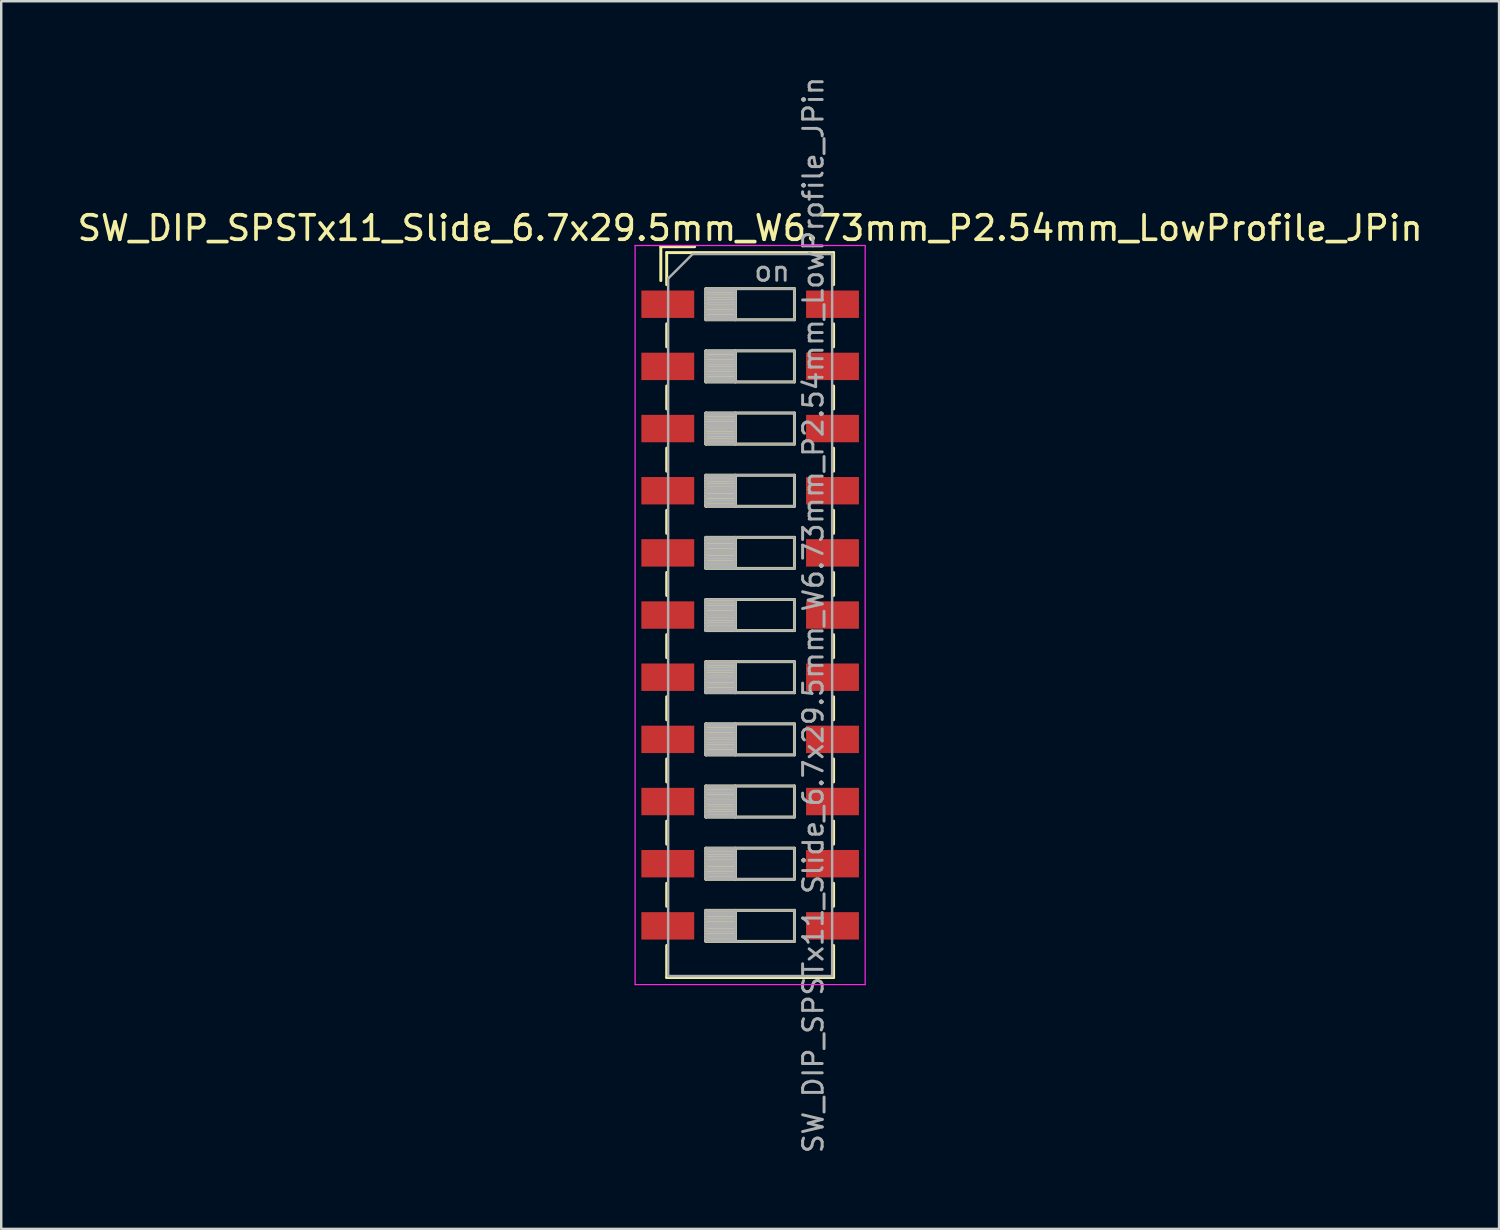
<source format=kicad_pcb>
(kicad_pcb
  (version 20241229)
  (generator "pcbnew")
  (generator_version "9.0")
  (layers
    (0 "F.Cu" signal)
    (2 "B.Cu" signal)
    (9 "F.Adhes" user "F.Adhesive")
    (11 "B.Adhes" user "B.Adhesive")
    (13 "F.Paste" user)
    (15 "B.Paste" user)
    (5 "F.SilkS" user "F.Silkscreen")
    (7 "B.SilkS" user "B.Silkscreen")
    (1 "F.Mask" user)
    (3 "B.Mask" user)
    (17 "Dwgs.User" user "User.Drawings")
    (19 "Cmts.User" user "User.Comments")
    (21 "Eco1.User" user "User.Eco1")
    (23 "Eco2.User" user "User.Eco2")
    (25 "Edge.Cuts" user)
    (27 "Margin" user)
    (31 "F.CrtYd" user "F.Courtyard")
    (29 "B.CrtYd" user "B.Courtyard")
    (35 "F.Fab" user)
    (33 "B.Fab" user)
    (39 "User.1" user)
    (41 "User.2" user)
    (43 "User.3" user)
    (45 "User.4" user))
  (footprint "SW_DIP_SPSTx11_Slide_6.7x29.5mm_W6.73mm_P2.54mm_LowProfile_JPin"
    (layer "F.Cu")
    (at 27.601 22.081)
    (property "Reference" "SW_DIP_SPSTx11_Slide_6.7x29.5mm_W6.73mm_P2.54mm_LowProfile_JPin" (at 0 -15.81 0) (layer "F.SilkS") (effects (font (size 1 1) (thickness 0.15))))
    (attr smd)
    (fp_line (start -3.65 -15.05) (end -3.65 -13.667) (stroke (width 0.12) (type solid)) (layer "F.SilkS"))
    (fp_line (start -3.65 -15.05) (end -2.267 -15.05) (stroke (width 0.12) (type solid)) (layer "F.SilkS"))
    (fp_line (start -3.41 -14.81) (end -3.41 -13.5) (stroke (width 0.12) (type solid)) (layer "F.SilkS"))
    (fp_line (start -3.41 -14.81) (end 3.41 -14.81) (stroke (width 0.12) (type solid)) (layer "F.SilkS"))
    (fp_line (start -3.41 -11.9) (end -3.41 -10.96) (stroke (width 0.12) (type solid)) (layer "F.SilkS"))
    (fp_line (start -3.41 -9.36) (end -3.41 -8.42) (stroke (width 0.12) (type solid)) (layer "F.SilkS"))
    (fp_line (start -3.41 -6.82) (end -3.41 -5.88) (stroke (width 0.12) (type solid)) (layer "F.SilkS"))
    (fp_line (start -3.41 -4.28) (end -3.41 -3.34) (stroke (width 0.12) (type solid)) (layer "F.SilkS"))
    (fp_line (start -3.41 -1.74) (end -3.41 -0.8) (stroke (width 0.12) (type solid)) (layer "F.SilkS"))
    (fp_line (start -3.41 0.8) (end -3.41 1.74) (stroke (width 0.12) (type solid)) (layer "F.SilkS"))
    (fp_line (start -3.41 3.34) (end -3.41 4.28) (stroke (width 0.12) (type solid)) (layer "F.SilkS"))
    (fp_line (start -3.41 5.88) (end -3.41 6.82) (stroke (width 0.12) (type solid)) (layer "F.SilkS"))
    (fp_line (start -3.41 8.42) (end -3.41 9.36) (stroke (width 0.12) (type solid)) (layer "F.SilkS"))
    (fp_line (start -3.41 10.96) (end -3.41 11.9) (stroke (width 0.12) (type solid)) (layer "F.SilkS"))
    (fp_line (start -3.41 13.5) (end -3.41 14.81) (stroke (width 0.12) (type solid)) (layer "F.SilkS"))
    (fp_line (start -3.41 14.81) (end 3.41 14.81) (stroke (width 0.12) (type solid)) (layer "F.SilkS"))
    (fp_line (start -1.81 -13.335) (end -1.81 -12.065) (stroke (width 0.12) (type solid)) (layer "F.SilkS"))
    (fp_line (start -1.81 -13.215) (end -0.603 -13.215) (stroke (width 0.12) (type solid)) (layer "F.SilkS"))
    (fp_line (start -1.81 -13.095) (end -0.603 -13.095) (stroke (width 0.12) (type solid)) (layer "F.SilkS"))
    (fp_line (start -1.81 -12.975) (end -0.603 -12.975) (stroke (width 0.12) (type solid)) (layer "F.SilkS"))
    (fp_line (start -1.81 -12.855) (end -0.603 -12.855) (stroke (width 0.12) (type solid)) (layer "F.SilkS"))
    (fp_line (start -1.81 -12.735) (end -0.603 -12.735) (stroke (width 0.12) (type solid)) (layer "F.SilkS"))
    (fp_line (start -1.81 -12.615) (end -0.603 -12.615) (stroke (width 0.12) (type solid)) (layer "F.SilkS"))
    (fp_line (start -1.81 -12.495) (end -0.603 -12.495) (stroke (width 0.12) (type solid)) (layer "F.SilkS"))
    (fp_line (start -1.81 -12.375) (end -0.603 -12.375) (stroke (width 0.12) (type solid)) (layer "F.SilkS"))
    (fp_line (start -1.81 -12.255) (end -0.603 -12.255) (stroke (width 0.12) (type solid)) (layer "F.SilkS"))
    (fp_line (start -1.81 -12.135) (end -0.603 -12.135) (stroke (width 0.12) (type solid)) (layer "F.SilkS"))
    (fp_line (start -1.81 -12.065) (end 1.81 -12.065) (stroke (width 0.12) (type solid)) (layer "F.SilkS"))
    (fp_line (start -1.81 -10.795) (end -1.81 -9.525) (stroke (width 0.12) (type solid)) (layer "F.SilkS"))
    (fp_line (start -1.81 -10.675) (end -0.603 -10.675) (stroke (width 0.12) (type solid)) (layer "F.SilkS"))
    (fp_line (start -1.81 -10.555) (end -0.603 -10.555) (stroke (width 0.12) (type solid)) (layer "F.SilkS"))
    (fp_line (start -1.81 -10.435) (end -0.603 -10.435) (stroke (width 0.12) (type solid)) (layer "F.SilkS"))
    (fp_line (start -1.81 -10.315) (end -0.603 -10.315) (stroke (width 0.12) (type solid)) (layer "F.SilkS"))
    (fp_line (start -1.81 -10.195) (end -0.603 -10.195) (stroke (width 0.12) (type solid)) (layer "F.SilkS"))
    (fp_line (start -1.81 -10.075) (end -0.603 -10.075) (stroke (width 0.12) (type solid)) (layer "F.SilkS"))
    (fp_line (start -1.81 -9.955) (end -0.603 -9.955) (stroke (width 0.12) (type solid)) (layer "F.SilkS"))
    (fp_line (start -1.81 -9.835) (end -0.603 -9.835) (stroke (width 0.12) (type solid)) (layer "F.SilkS"))
    (fp_line (start -1.81 -9.715) (end -0.603 -9.715) (stroke (width 0.12) (type solid)) (layer "F.SilkS"))
    (fp_line (start -1.81 -9.595) (end -0.603 -9.595) (stroke (width 0.12) (type solid)) (layer "F.SilkS"))
    (fp_line (start -1.81 -9.525) (end 1.81 -9.525) (stroke (width 0.12) (type solid)) (layer "F.SilkS"))
    (fp_line (start -1.81 -8.255) (end -1.81 -6.985) (stroke (width 0.12) (type solid)) (layer "F.SilkS"))
    (fp_line (start -1.81 -8.135) (end -0.603 -8.135) (stroke (width 0.12) (type solid)) (layer "F.SilkS"))
    (fp_line (start -1.81 -8.015) (end -0.603 -8.015) (stroke (width 0.12) (type solid)) (layer "F.SilkS"))
    (fp_line (start -1.81 -7.895) (end -0.603 -7.895) (stroke (width 0.12) (type solid)) (layer "F.SilkS"))
    (fp_line (start -1.81 -7.775) (end -0.603 -7.775) (stroke (width 0.12) (type solid)) (layer "F.SilkS"))
    (fp_line (start -1.81 -7.655) (end -0.603 -7.655) (stroke (width 0.12) (type solid)) (layer "F.SilkS"))
    (fp_line (start -1.81 -7.535) (end -0.603 -7.535) (stroke (width 0.12) (type solid)) (layer "F.SilkS"))
    (fp_line (start -1.81 -7.415) (end -0.603 -7.415) (stroke (width 0.12) (type solid)) (layer "F.SilkS"))
    (fp_line (start -1.81 -7.295) (end -0.603 -7.295) (stroke (width 0.12) (type solid)) (layer "F.SilkS"))
    (fp_line (start -1.81 -7.175) (end -0.603 -7.175) (stroke (width 0.12) (type solid)) (layer "F.SilkS"))
    (fp_line (start -1.81 -7.055) (end -0.603 -7.055) (stroke (width 0.12) (type solid)) (layer "F.SilkS"))
    (fp_line (start -1.81 -6.985) (end 1.81 -6.985) (stroke (width 0.12) (type solid)) (layer "F.SilkS"))
    (fp_line (start -1.81 -5.715) (end -1.81 -4.445) (stroke (width 0.12) (type solid)) (layer "F.SilkS"))
    (fp_line (start -1.81 -5.595) (end -0.603 -5.595) (stroke (width 0.12) (type solid)) (layer "F.SilkS"))
    (fp_line (start -1.81 -5.475) (end -0.603 -5.475) (stroke (width 0.12) (type solid)) (layer "F.SilkS"))
    (fp_line (start -1.81 -5.355) (end -0.603 -5.355) (stroke (width 0.12) (type solid)) (layer "F.SilkS"))
    (fp_line (start -1.81 -5.235) (end -0.603 -5.235) (stroke (width 0.12) (type solid)) (layer "F.SilkS"))
    (fp_line (start -1.81 -5.115) (end -0.603 -5.115) (stroke (width 0.12) (type solid)) (layer "F.SilkS"))
    (fp_line (start -1.81 -4.995) (end -0.603 -4.995) (stroke (width 0.12) (type solid)) (layer "F.SilkS"))
    (fp_line (start -1.81 -4.875) (end -0.603 -4.875) (stroke (width 0.12) (type solid)) (layer "F.SilkS"))
    (fp_line (start -1.81 -4.755) (end -0.603 -4.755) (stroke (width 0.12) (type solid)) (layer "F.SilkS"))
    (fp_line (start -1.81 -4.635) (end -0.603 -4.635) (stroke (width 0.12) (type solid)) (layer "F.SilkS"))
    (fp_line (start -1.81 -4.515) (end -0.603 -4.515) (stroke (width 0.12) (type solid)) (layer "F.SilkS"))
    (fp_line (start -1.81 -4.445) (end 1.81 -4.445) (stroke (width 0.12) (type solid)) (layer "F.SilkS"))
    (fp_line (start -1.81 -3.175) (end -1.81 -1.905) (stroke (width 0.12) (type solid)) (layer "F.SilkS"))
    (fp_line (start -1.81 -3.055) (end -0.603 -3.055) (stroke (width 0.12) (type solid)) (layer "F.SilkS"))
    (fp_line (start -1.81 -2.935) (end -0.603 -2.935) (stroke (width 0.12) (type solid)) (layer "F.SilkS"))
    (fp_line (start -1.81 -2.815) (end -0.603 -2.815) (stroke (width 0.12) (type solid)) (layer "F.SilkS"))
    (fp_line (start -1.81 -2.695) (end -0.603 -2.695) (stroke (width 0.12) (type solid)) (layer "F.SilkS"))
    (fp_line (start -1.81 -2.575) (end -0.603 -2.575) (stroke (width 0.12) (type solid)) (layer "F.SilkS"))
    (fp_line (start -1.81 -2.455) (end -0.603 -2.455) (stroke (width 0.12) (type solid)) (layer "F.SilkS"))
    (fp_line (start -1.81 -2.335) (end -0.603 -2.335) (stroke (width 0.12) (type solid)) (layer "F.SilkS"))
    (fp_line (start -1.81 -2.215) (end -0.603 -2.215) (stroke (width 0.12) (type solid)) (layer "F.SilkS"))
    (fp_line (start -1.81 -2.095) (end -0.603 -2.095) (stroke (width 0.12) (type solid)) (layer "F.SilkS"))
    (fp_line (start -1.81 -1.975) (end -0.603 -1.975) (stroke (width 0.12) (type solid)) (layer "F.SilkS"))
    (fp_line (start -1.81 -1.905) (end 1.81 -1.905) (stroke (width 0.12) (type solid)) (layer "F.SilkS"))
    (fp_line (start -1.81 -0.635) (end -1.81 0.635) (stroke (width 0.12) (type solid)) (layer "F.SilkS"))
    (fp_line (start -1.81 -0.515) (end -0.603 -0.515) (stroke (width 0.12) (type solid)) (layer "F.SilkS"))
    (fp_line (start -1.81 -0.395) (end -0.603 -0.395) (stroke (width 0.12) (type solid)) (layer "F.SilkS"))
    (fp_line (start -1.81 -0.275) (end -0.603 -0.275) (stroke (width 0.12) (type solid)) (layer "F.SilkS"))
    (fp_line (start -1.81 -0.155) (end -0.603 -0.155) (stroke (width 0.12) (type solid)) (layer "F.SilkS"))
    (fp_line (start -1.81 -0.035) (end -0.603 -0.035) (stroke (width 0.12) (type solid)) (layer "F.SilkS"))
    (fp_line (start -1.81 0.085) (end -0.603 0.085) (stroke (width 0.12) (type solid)) (layer "F.SilkS"))
    (fp_line (start -1.81 0.205) (end -0.603 0.205) (stroke (width 0.12) (type solid)) (layer "F.SilkS"))
    (fp_line (start -1.81 0.325) (end -0.603 0.325) (stroke (width 0.12) (type solid)) (layer "F.SilkS"))
    (fp_line (start -1.81 0.445) (end -0.603 0.445) (stroke (width 0.12) (type solid)) (layer "F.SilkS"))
    (fp_line (start -1.81 0.565) (end -0.603 0.565) (stroke (width 0.12) (type solid)) (layer "F.SilkS"))
    (fp_line (start -1.81 0.635) (end 1.81 0.635) (stroke (width 0.12) (type solid)) (layer "F.SilkS"))
    (fp_line (start -1.81 1.905) (end -1.81 3.175) (stroke (width 0.12) (type solid)) (layer "F.SilkS"))
    (fp_line (start -1.81 2.025) (end -0.603 2.025) (stroke (width 0.12) (type solid)) (layer "F.SilkS"))
    (fp_line (start -1.81 2.145) (end -0.603 2.145) (stroke (width 0.12) (type solid)) (layer "F.SilkS"))
    (fp_line (start -1.81 2.265) (end -0.603 2.265) (stroke (width 0.12) (type solid)) (layer "F.SilkS"))
    (fp_line (start -1.81 2.385) (end -0.603 2.385) (stroke (width 0.12) (type solid)) (layer "F.SilkS"))
    (fp_line (start -1.81 2.505) (end -0.603 2.505) (stroke (width 0.12) (type solid)) (layer "F.SilkS"))
    (fp_line (start -1.81 2.625) (end -0.603 2.625) (stroke (width 0.12) (type solid)) (layer "F.SilkS"))
    (fp_line (start -1.81 2.745) (end -0.603 2.745) (stroke (width 0.12) (type solid)) (layer "F.SilkS"))
    (fp_line (start -1.81 2.865) (end -0.603 2.865) (stroke (width 0.12) (type solid)) (layer "F.SilkS"))
    (fp_line (start -1.81 2.985) (end -0.603 2.985) (stroke (width 0.12) (type solid)) (layer "F.SilkS"))
    (fp_line (start -1.81 3.105) (end -0.603 3.105) (stroke (width 0.12) (type solid)) (layer "F.SilkS"))
    (fp_line (start -1.81 3.175) (end 1.81 3.175) (stroke (width 0.12) (type solid)) (layer "F.SilkS"))
    (fp_line (start -1.81 4.445) (end -1.81 5.715) (stroke (width 0.12) (type solid)) (layer "F.SilkS"))
    (fp_line (start -1.81 4.565) (end -0.603 4.565) (stroke (width 0.12) (type solid)) (layer "F.SilkS"))
    (fp_line (start -1.81 4.685) (end -0.603 4.685) (stroke (width 0.12) (type solid)) (layer "F.SilkS"))
    (fp_line (start -1.81 4.805) (end -0.603 4.805) (stroke (width 0.12) (type solid)) (layer "F.SilkS"))
    (fp_line (start -1.81 4.925) (end -0.603 4.925) (stroke (width 0.12) (type solid)) (layer "F.SilkS"))
    (fp_line (start -1.81 5.045) (end -0.603 5.045) (stroke (width 0.12) (type solid)) (layer "F.SilkS"))
    (fp_line (start -1.81 5.165) (end -0.603 5.165) (stroke (width 0.12) (type solid)) (layer "F.SilkS"))
    (fp_line (start -1.81 5.285) (end -0.603 5.285) (stroke (width 0.12) (type solid)) (layer "F.SilkS"))
    (fp_line (start -1.81 5.405) (end -0.603 5.405) (stroke (width 0.12) (type solid)) (layer "F.SilkS"))
    (fp_line (start -1.81 5.525) (end -0.603 5.525) (stroke (width 0.12) (type solid)) (layer "F.SilkS"))
    (fp_line (start -1.81 5.645) (end -0.603 5.645) (stroke (width 0.12) (type solid)) (layer "F.SilkS"))
    (fp_line (start -1.81 5.715) (end 1.81 5.715) (stroke (width 0.12) (type solid)) (layer "F.SilkS"))
    (fp_line (start -1.81 6.985) (end -1.81 8.255) (stroke (width 0.12) (type solid)) (layer "F.SilkS"))
    (fp_line (start -1.81 7.105) (end -0.603 7.105) (stroke (width 0.12) (type solid)) (layer "F.SilkS"))
    (fp_line (start -1.81 7.225) (end -0.603 7.225) (stroke (width 0.12) (type solid)) (layer "F.SilkS"))
    (fp_line (start -1.81 7.345) (end -0.603 7.345) (stroke (width 0.12) (type solid)) (layer "F.SilkS"))
    (fp_line (start -1.81 7.465) (end -0.603 7.465) (stroke (width 0.12) (type solid)) (layer "F.SilkS"))
    (fp_line (start -1.81 7.585) (end -0.603 7.585) (stroke (width 0.12) (type solid)) (layer "F.SilkS"))
    (fp_line (start -1.81 7.705) (end -0.603 7.705) (stroke (width 0.12) (type solid)) (layer "F.SilkS"))
    (fp_line (start -1.81 7.825) (end -0.603 7.825) (stroke (width 0.12) (type solid)) (layer "F.SilkS"))
    (fp_line (start -1.81 7.945) (end -0.603 7.945) (stroke (width 0.12) (type solid)) (layer "F.SilkS"))
    (fp_line (start -1.81 8.065) (end -0.603 8.065) (stroke (width 0.12) (type solid)) (layer "F.SilkS"))
    (fp_line (start -1.81 8.185) (end -0.603 8.185) (stroke (width 0.12) (type solid)) (layer "F.SilkS"))
    (fp_line (start -1.81 8.255) (end 1.81 8.255) (stroke (width 0.12) (type solid)) (layer "F.SilkS"))
    (fp_line (start -1.81 9.525) (end -1.81 10.795) (stroke (width 0.12) (type solid)) (layer "F.SilkS"))
    (fp_line (start -1.81 9.645) (end -0.603 9.645) (stroke (width 0.12) (type solid)) (layer "F.SilkS"))
    (fp_line (start -1.81 9.765) (end -0.603 9.765) (stroke (width 0.12) (type solid)) (layer "F.SilkS"))
    (fp_line (start -1.81 9.885) (end -0.603 9.885) (stroke (width 0.12) (type solid)) (layer "F.SilkS"))
    (fp_line (start -1.81 10.005) (end -0.603 10.005) (stroke (width 0.12) (type solid)) (layer "F.SilkS"))
    (fp_line (start -1.81 10.125) (end -0.603 10.125) (stroke (width 0.12) (type solid)) (layer "F.SilkS"))
    (fp_line (start -1.81 10.245) (end -0.603 10.245) (stroke (width 0.12) (type solid)) (layer "F.SilkS"))
    (fp_line (start -1.81 10.365) (end -0.603 10.365) (stroke (width 0.12) (type solid)) (layer "F.SilkS"))
    (fp_line (start -1.81 10.485) (end -0.603 10.485) (stroke (width 0.12) (type solid)) (layer "F.SilkS"))
    (fp_line (start -1.81 10.605) (end -0.603 10.605) (stroke (width 0.12) (type solid)) (layer "F.SilkS"))
    (fp_line (start -1.81 10.725) (end -0.603 10.725) (stroke (width 0.12) (type solid)) (layer "F.SilkS"))
    (fp_line (start -1.81 10.795) (end 1.81 10.795) (stroke (width 0.12) (type solid)) (layer "F.SilkS"))
    (fp_line (start -1.81 12.065) (end -1.81 13.335) (stroke (width 0.12) (type solid)) (layer "F.SilkS"))
    (fp_line (start -1.81 12.185) (end -0.603 12.185) (stroke (width 0.12) (type solid)) (layer "F.SilkS"))
    (fp_line (start -1.81 12.305) (end -0.603 12.305) (stroke (width 0.12) (type solid)) (layer "F.SilkS"))
    (fp_line (start -1.81 12.425) (end -0.603 12.425) (stroke (width 0.12) (type solid)) (layer "F.SilkS"))
    (fp_line (start -1.81 12.545) (end -0.603 12.545) (stroke (width 0.12) (type solid)) (layer "F.SilkS"))
    (fp_line (start -1.81 12.665) (end -0.603 12.665) (stroke (width 0.12) (type solid)) (layer "F.SilkS"))
    (fp_line (start -1.81 12.785) (end -0.603 12.785) (stroke (width 0.12) (type solid)) (layer "F.SilkS"))
    (fp_line (start -1.81 12.905) (end -0.603 12.905) (stroke (width 0.12) (type solid)) (layer "F.SilkS"))
    (fp_line (start -1.81 13.025) (end -0.603 13.025) (stroke (width 0.12) (type solid)) (layer "F.SilkS"))
    (fp_line (start -1.81 13.145) (end -0.603 13.145) (stroke (width 0.12) (type solid)) (layer "F.SilkS"))
    (fp_line (start -1.81 13.265) (end -0.603 13.265) (stroke (width 0.12) (type solid)) (layer "F.SilkS"))
    (fp_line (start -1.81 13.335) (end 1.81 13.335) (stroke (width 0.12) (type solid)) (layer "F.SilkS"))
    (fp_line (start -0.603 -13.335) (end -0.603 -12.065) (stroke (width 0.12) (type solid)) (layer "F.SilkS"))
    (fp_line (start -0.603 -10.795) (end -0.603 -9.525) (stroke (width 0.12) (type solid)) (layer "F.SilkS"))
    (fp_line (start -0.603 -8.255) (end -0.603 -6.985) (stroke (width 0.12) (type solid)) (layer "F.SilkS"))
    (fp_line (start -0.603 -5.715) (end -0.603 -4.445) (stroke (width 0.12) (type solid)) (layer "F.SilkS"))
    (fp_line (start -0.603 -3.175) (end -0.603 -1.905) (stroke (width 0.12) (type solid)) (layer "F.SilkS"))
    (fp_line (start -0.603 -0.635) (end -0.603 0.635) (stroke (width 0.12) (type solid)) (layer "F.SilkS"))
    (fp_line (start -0.603 1.905) (end -0.603 3.175) (stroke (width 0.12) (type solid)) (layer "F.SilkS"))
    (fp_line (start -0.603 4.445) (end -0.603 5.715) (stroke (width 0.12) (type solid)) (layer "F.SilkS"))
    (fp_line (start -0.603 6.985) (end -0.603 8.255) (stroke (width 0.12) (type solid)) (layer "F.SilkS"))
    (fp_line (start -0.603 9.525) (end -0.603 10.795) (stroke (width 0.12) (type solid)) (layer "F.SilkS"))
    (fp_line (start -0.603 12.065) (end -0.603 13.335) (stroke (width 0.12) (type solid)) (layer "F.SilkS"))
    (fp_line (start 1.81 -13.335) (end -1.81 -13.335) (stroke (width 0.12) (type solid)) (layer "F.SilkS"))
    (fp_line (start 1.81 -12.065) (end 1.81 -13.335) (stroke (width 0.12) (type solid)) (layer "F.SilkS"))
    (fp_line (start 1.81 -10.795) (end -1.81 -10.795) (stroke (width 0.12) (type solid)) (layer "F.SilkS"))
    (fp_line (start 1.81 -9.525) (end 1.81 -10.795) (stroke (width 0.12) (type solid)) (layer "F.SilkS"))
    (fp_line (start 1.81 -8.255) (end -1.81 -8.255) (stroke (width 0.12) (type solid)) (layer "F.SilkS"))
    (fp_line (start 1.81 -6.985) (end 1.81 -8.255) (stroke (width 0.12) (type solid)) (layer "F.SilkS"))
    (fp_line (start 1.81 -5.715) (end -1.81 -5.715) (stroke (width 0.12) (type solid)) (layer "F.SilkS"))
    (fp_line (start 1.81 -4.445) (end 1.81 -5.715) (stroke (width 0.12) (type solid)) (layer "F.SilkS"))
    (fp_line (start 1.81 -3.175) (end -1.81 -3.175) (stroke (width 0.12) (type solid)) (layer "F.SilkS"))
    (fp_line (start 1.81 -1.905) (end 1.81 -3.175) (stroke (width 0.12) (type solid)) (layer "F.SilkS"))
    (fp_line (start 1.81 -0.635) (end -1.81 -0.635) (stroke (width 0.12) (type solid)) (layer "F.SilkS"))
    (fp_line (start 1.81 0.635) (end 1.81 -0.635) (stroke (width 0.12) (type solid)) (layer "F.SilkS"))
    (fp_line (start 1.81 1.905) (end -1.81 1.905) (stroke (width 0.12) (type solid)) (layer "F.SilkS"))
    (fp_line (start 1.81 3.175) (end 1.81 1.905) (stroke (width 0.12) (type solid)) (layer "F.SilkS"))
    (fp_line (start 1.81 4.445) (end -1.81 4.445) (stroke (width 0.12) (type solid)) (layer "F.SilkS"))
    (fp_line (start 1.81 5.715) (end 1.81 4.445) (stroke (width 0.12) (type solid)) (layer "F.SilkS"))
    (fp_line (start 1.81 6.985) (end -1.81 6.985) (stroke (width 0.12) (type solid)) (layer "F.SilkS"))
    (fp_line (start 1.81 8.255) (end 1.81 6.985) (stroke (width 0.12) (type solid)) (layer "F.SilkS"))
    (fp_line (start 1.81 9.525) (end -1.81 9.525) (stroke (width 0.12) (type solid)) (layer "F.SilkS"))
    (fp_line (start 1.81 10.795) (end 1.81 9.525) (stroke (width 0.12) (type solid)) (layer "F.SilkS"))
    (fp_line (start 1.81 12.065) (end -1.81 12.065) (stroke (width 0.12) (type solid)) (layer "F.SilkS"))
    (fp_line (start 1.81 13.335) (end 1.81 12.065) (stroke (width 0.12) (type solid)) (layer "F.SilkS"))
    (fp_line (start 3.41 -14.81) (end 3.41 -13.5) (stroke (width 0.12) (type solid)) (layer "F.SilkS"))
    (fp_line (start 3.41 -11.899) (end 3.41 -10.959) (stroke (width 0.12) (type solid)) (layer "F.SilkS"))
    (fp_line (start 3.41 -9.359) (end 3.41 -8.419) (stroke (width 0.12) (type solid)) (layer "F.SilkS"))
    (fp_line (start 3.41 -6.819) (end 3.41 -5.879) (stroke (width 0.12) (type solid)) (layer "F.SilkS"))
    (fp_line (start 3.41 -4.279) (end 3.41 -3.339) (stroke (width 0.12) (type solid)) (layer "F.SilkS"))
    (fp_line (start 3.41 -1.739) (end 3.41 -0.799) (stroke (width 0.12) (type solid)) (layer "F.SilkS"))
    (fp_line (start 3.41 0.801) (end 3.41 1.741) (stroke (width 0.12) (type solid)) (layer "F.SilkS"))
    (fp_line (start 3.41 3.341) (end 3.41 4.28) (stroke (width 0.12) (type solid)) (layer "F.SilkS"))
    (fp_line (start 3.41 5.88) (end 3.41 6.82) (stroke (width 0.12) (type solid)) (layer "F.SilkS"))
    (fp_line (start 3.41 8.42) (end 3.41 9.36) (stroke (width 0.12) (type solid)) (layer "F.SilkS"))
    (fp_line (start 3.41 10.96) (end 3.41 11.9) (stroke (width 0.12) (type solid)) (layer "F.SilkS"))
    (fp_line (start 3.41 13.5) (end 3.41 14.81) (stroke (width 0.12) (type solid)) (layer "F.SilkS"))
    (fp_line (start -4.7 -15.1) (end -4.7 15.1) (stroke (width 0.05) (type solid)) (layer "F.CrtYd"))
    (fp_line (start -4.7 15.1) (end 4.7 15.1) (stroke (width 0.05) (type solid)) (layer "F.CrtYd"))
    (fp_line (start 4.7 -15.1) (end -4.7 -15.1) (stroke (width 0.05) (type solid)) (layer "F.CrtYd"))
    (fp_line (start 4.7 15.1) (end 4.7 -15.1) (stroke (width 0.05) (type solid)) (layer "F.CrtYd"))
    (fp_line (start -3.35 -13.75) (end -2.35 -14.75) (stroke (width 0.1) (type solid)) (layer "F.Fab"))
    (fp_line (start -3.35 14.75) (end -3.35 -13.75) (stroke (width 0.1) (type solid)) (layer "F.Fab"))
    (fp_line (start -2.35 -14.75) (end 3.35 -14.75) (stroke (width 0.1) (type solid)) (layer "F.Fab"))
    (fp_line (start -1.81 -13.335) (end -1.81 -12.065) (stroke (width 0.1) (type solid)) (layer "F.Fab"))
    (fp_line (start -1.81 -13.235) (end -0.603 -13.235) (stroke (width 0.1) (type solid)) (layer "F.Fab"))
    (fp_line (start -1.81 -13.135) (end -0.603 -13.135) (stroke (width 0.1) (type solid)) (layer "F.Fab"))
    (fp_line (start -1.81 -13.035) (end -0.603 -13.035) (stroke (width 0.1) (type solid)) (layer "F.Fab"))
    (fp_line (start -1.81 -12.935) (end -0.603 -12.935) (stroke (width 0.1) (type solid)) (layer "F.Fab"))
    (fp_line (start -1.81 -12.835) (end -0.603 -12.835) (stroke (width 0.1) (type solid)) (layer "F.Fab"))
    (fp_line (start -1.81 -12.735) (end -0.603 -12.735) (stroke (width 0.1) (type solid)) (layer "F.Fab"))
    (fp_line (start -1.81 -12.635) (end -0.603 -12.635) (stroke (width 0.1) (type solid)) (layer "F.Fab"))
    (fp_line (start -1.81 -12.535) (end -0.603 -12.535) (stroke (width 0.1) (type solid)) (layer "F.Fab"))
    (fp_line (start -1.81 -12.435) (end -0.603 -12.435) (stroke (width 0.1) (type solid)) (layer "F.Fab"))
    (fp_line (start -1.81 -12.335) (end -0.603 -12.335) (stroke (width 0.1) (type solid)) (layer "F.Fab"))
    (fp_line (start -1.81 -12.235) (end -0.603 -12.235) (stroke (width 0.1) (type solid)) (layer "F.Fab"))
    (fp_line (start -1.81 -12.135) (end -0.603 -12.135) (stroke (width 0.1) (type solid)) (layer "F.Fab"))
    (fp_line (start -1.81 -12.065) (end 1.81 -12.065) (stroke (width 0.1) (type solid)) (layer "F.Fab"))
    (fp_line (start -1.81 -10.795) (end -1.81 -9.525) (stroke (width 0.1) (type solid)) (layer "F.Fab"))
    (fp_line (start -1.81 -10.695) (end -0.603 -10.695) (stroke (width 0.1) (type solid)) (layer "F.Fab"))
    (fp_line (start -1.81 -10.595) (end -0.603 -10.595) (stroke (width 0.1) (type solid)) (layer "F.Fab"))
    (fp_line (start -1.81 -10.495) (end -0.603 -10.495) (stroke (width 0.1) (type solid)) (layer "F.Fab"))
    (fp_line (start -1.81 -10.395) (end -0.603 -10.395) (stroke (width 0.1) (type solid)) (layer "F.Fab"))
    (fp_line (start -1.81 -10.295) (end -0.603 -10.295) (stroke (width 0.1) (type solid)) (layer "F.Fab"))
    (fp_line (start -1.81 -10.195) (end -0.603 -10.195) (stroke (width 0.1) (type solid)) (layer "F.Fab"))
    (fp_line (start -1.81 -10.095) (end -0.603 -10.095) (stroke (width 0.1) (type solid)) (layer "F.Fab"))
    (fp_line (start -1.81 -9.995) (end -0.603 -9.995) (stroke (width 0.1) (type solid)) (layer "F.Fab"))
    (fp_line (start -1.81 -9.895) (end -0.603 -9.895) (stroke (width 0.1) (type solid)) (layer "F.Fab"))
    (fp_line (start -1.81 -9.795) (end -0.603 -9.795) (stroke (width 0.1) (type solid)) (layer "F.Fab"))
    (fp_line (start -1.81 -9.695) (end -0.603 -9.695) (stroke (width 0.1) (type solid)) (layer "F.Fab"))
    (fp_line (start -1.81 -9.595) (end -0.603 -9.595) (stroke (width 0.1) (type solid)) (layer "F.Fab"))
    (fp_line (start -1.81 -9.525) (end 1.81 -9.525) (stroke (width 0.1) (type solid)) (layer "F.Fab"))
    (fp_line (start -1.81 -8.255) (end -1.81 -6.985) (stroke (width 0.1) (type solid)) (layer "F.Fab"))
    (fp_line (start -1.81 -8.155) (end -0.603 -8.155) (stroke (width 0.1) (type solid)) (layer "F.Fab"))
    (fp_line (start -1.81 -8.055) (end -0.603 -8.055) (stroke (width 0.1) (type solid)) (layer "F.Fab"))
    (fp_line (start -1.81 -7.955) (end -0.603 -7.955) (stroke (width 0.1) (type solid)) (layer "F.Fab"))
    (fp_line (start -1.81 -7.855) (end -0.603 -7.855) (stroke (width 0.1) (type solid)) (layer "F.Fab"))
    (fp_line (start -1.81 -7.755) (end -0.603 -7.755) (stroke (width 0.1) (type solid)) (layer "F.Fab"))
    (fp_line (start -1.81 -7.655) (end -0.603 -7.655) (stroke (width 0.1) (type solid)) (layer "F.Fab"))
    (fp_line (start -1.81 -7.555) (end -0.603 -7.555) (stroke (width 0.1) (type solid)) (layer "F.Fab"))
    (fp_line (start -1.81 -7.455) (end -0.603 -7.455) (stroke (width 0.1) (type solid)) (layer "F.Fab"))
    (fp_line (start -1.81 -7.355) (end -0.603 -7.355) (stroke (width 0.1) (type solid)) (layer "F.Fab"))
    (fp_line (start -1.81 -7.255) (end -0.603 -7.255) (stroke (width 0.1) (type solid)) (layer "F.Fab"))
    (fp_line (start -1.81 -7.155) (end -0.603 -7.155) (stroke (width 0.1) (type solid)) (layer "F.Fab"))
    (fp_line (start -1.81 -7.055) (end -0.603 -7.055) (stroke (width 0.1) (type solid)) (layer "F.Fab"))
    (fp_line (start -1.81 -6.985) (end 1.81 -6.985) (stroke (width 0.1) (type solid)) (layer "F.Fab"))
    (fp_line (start -1.81 -5.715) (end -1.81 -4.445) (stroke (width 0.1) (type solid)) (layer "F.Fab"))
    (fp_line (start -1.81 -5.615) (end -0.603 -5.615) (stroke (width 0.1) (type solid)) (layer "F.Fab"))
    (fp_line (start -1.81 -5.515) (end -0.603 -5.515) (stroke (width 0.1) (type solid)) (layer "F.Fab"))
    (fp_line (start -1.81 -5.415) (end -0.603 -5.415) (stroke (width 0.1) (type solid)) (layer "F.Fab"))
    (fp_line (start -1.81 -5.315) (end -0.603 -5.315) (stroke (width 0.1) (type solid)) (layer "F.Fab"))
    (fp_line (start -1.81 -5.215) (end -0.603 -5.215) (stroke (width 0.1) (type solid)) (layer "F.Fab"))
    (fp_line (start -1.81 -5.115) (end -0.603 -5.115) (stroke (width 0.1) (type solid)) (layer "F.Fab"))
    (fp_line (start -1.81 -5.015) (end -0.603 -5.015) (stroke (width 0.1) (type solid)) (layer "F.Fab"))
    (fp_line (start -1.81 -4.915) (end -0.603 -4.915) (stroke (width 0.1) (type solid)) (layer "F.Fab"))
    (fp_line (start -1.81 -4.815) (end -0.603 -4.815) (stroke (width 0.1) (type solid)) (layer "F.Fab"))
    (fp_line (start -1.81 -4.715) (end -0.603 -4.715) (stroke (width 0.1) (type solid)) (layer "F.Fab"))
    (fp_line (start -1.81 -4.615) (end -0.603 -4.615) (stroke (width 0.1) (type solid)) (layer "F.Fab"))
    (fp_line (start -1.81 -4.515) (end -0.603 -4.515) (stroke (width 0.1) (type solid)) (layer "F.Fab"))
    (fp_line (start -1.81 -4.445) (end 1.81 -4.445) (stroke (width 0.1) (type solid)) (layer "F.Fab"))
    (fp_line (start -1.81 -3.175) (end -1.81 -1.905) (stroke (width 0.1) (type solid)) (layer "F.Fab"))
    (fp_line (start -1.81 -3.075) (end -0.603 -3.075) (stroke (width 0.1) (type solid)) (layer "F.Fab"))
    (fp_line (start -1.81 -2.975) (end -0.603 -2.975) (stroke (width 0.1) (type solid)) (layer "F.Fab"))
    (fp_line (start -1.81 -2.875) (end -0.603 -2.875) (stroke (width 0.1) (type solid)) (layer "F.Fab"))
    (fp_line (start -1.81 -2.775) (end -0.603 -2.775) (stroke (width 0.1) (type solid)) (layer "F.Fab"))
    (fp_line (start -1.81 -2.675) (end -0.603 -2.675) (stroke (width 0.1) (type solid)) (layer "F.Fab"))
    (fp_line (start -1.81 -2.575) (end -0.603 -2.575) (stroke (width 0.1) (type solid)) (layer "F.Fab"))
    (fp_line (start -1.81 -2.475) (end -0.603 -2.475) (stroke (width 0.1) (type solid)) (layer "F.Fab"))
    (fp_line (start -1.81 -2.375) (end -0.603 -2.375) (stroke (width 0.1) (type solid)) (layer "F.Fab"))
    (fp_line (start -1.81 -2.275) (end -0.603 -2.275) (stroke (width 0.1) (type solid)) (layer "F.Fab"))
    (fp_line (start -1.81 -2.175) (end -0.603 -2.175) (stroke (width 0.1) (type solid)) (layer "F.Fab"))
    (fp_line (start -1.81 -2.075) (end -0.603 -2.075) (stroke (width 0.1) (type solid)) (layer "F.Fab"))
    (fp_line (start -1.81 -1.975) (end -0.603 -1.975) (stroke (width 0.1) (type solid)) (layer "F.Fab"))
    (fp_line (start -1.81 -1.905) (end 1.81 -1.905) (stroke (width 0.1) (type solid)) (layer "F.Fab"))
    (fp_line (start -1.81 -0.635) (end -1.81 0.635) (stroke (width 0.1) (type solid)) (layer "F.Fab"))
    (fp_line (start -1.81 -0.535) (end -0.603 -0.535) (stroke (width 0.1) (type solid)) (layer "F.Fab"))
    (fp_line (start -1.81 -0.435) (end -0.603 -0.435) (stroke (width 0.1) (type solid)) (layer "F.Fab"))
    (fp_line (start -1.81 -0.335) (end -0.603 -0.335) (stroke (width 0.1) (type solid)) (layer "F.Fab"))
    (fp_line (start -1.81 -0.235) (end -0.603 -0.235) (stroke (width 0.1) (type solid)) (layer "F.Fab"))
    (fp_line (start -1.81 -0.135) (end -0.603 -0.135) (stroke (width 0.1) (type solid)) (layer "F.Fab"))
    (fp_line (start -1.81 -0.035) (end -0.603 -0.035) (stroke (width 0.1) (type solid)) (layer "F.Fab"))
    (fp_line (start -1.81 0.065) (end -0.603 0.065) (stroke (width 0.1) (type solid)) (layer "F.Fab"))
    (fp_line (start -1.81 0.165) (end -0.603 0.165) (stroke (width 0.1) (type solid)) (layer "F.Fab"))
    (fp_line (start -1.81 0.265) (end -0.603 0.265) (stroke (width 0.1) (type solid)) (layer "F.Fab"))
    (fp_line (start -1.81 0.365) (end -0.603 0.365) (stroke (width 0.1) (type solid)) (layer "F.Fab"))
    (fp_line (start -1.81 0.465) (end -0.603 0.465) (stroke (width 0.1) (type solid)) (layer "F.Fab"))
    (fp_line (start -1.81 0.565) (end -0.603 0.565) (stroke (width 0.1) (type solid)) (layer "F.Fab"))
    (fp_line (start -1.81 0.635) (end 1.81 0.635) (stroke (width 0.1) (type solid)) (layer "F.Fab"))
    (fp_line (start -1.81 1.905) (end -1.81 3.175) (stroke (width 0.1) (type solid)) (layer "F.Fab"))
    (fp_line (start -1.81 2.005) (end -0.603 2.005) (stroke (width 0.1) (type solid)) (layer "F.Fab"))
    (fp_line (start -1.81 2.105) (end -0.603 2.105) (stroke (width 0.1) (type solid)) (layer "F.Fab"))
    (fp_line (start -1.81 2.205) (end -0.603 2.205) (stroke (width 0.1) (type solid)) (layer "F.Fab"))
    (fp_line (start -1.81 2.305) (end -0.603 2.305) (stroke (width 0.1) (type solid)) (layer "F.Fab"))
    (fp_line (start -1.81 2.405) (end -0.603 2.405) (stroke (width 0.1) (type solid)) (layer "F.Fab"))
    (fp_line (start -1.81 2.505) (end -0.603 2.505) (stroke (width 0.1) (type solid)) (layer "F.Fab"))
    (fp_line (start -1.81 2.605) (end -0.603 2.605) (stroke (width 0.1) (type solid)) (layer "F.Fab"))
    (fp_line (start -1.81 2.705) (end -0.603 2.705) (stroke (width 0.1) (type solid)) (layer "F.Fab"))
    (fp_line (start -1.81 2.805) (end -0.603 2.805) (stroke (width 0.1) (type solid)) (layer "F.Fab"))
    (fp_line (start -1.81 2.905) (end -0.603 2.905) (stroke (width 0.1) (type solid)) (layer "F.Fab"))
    (fp_line (start -1.81 3.005) (end -0.603 3.005) (stroke (width 0.1) (type solid)) (layer "F.Fab"))
    (fp_line (start -1.81 3.105) (end -0.603 3.105) (stroke (width 0.1) (type solid)) (layer "F.Fab"))
    (fp_line (start -1.81 3.175) (end 1.81 3.175) (stroke (width 0.1) (type solid)) (layer "F.Fab"))
    (fp_line (start -1.81 4.445) (end -1.81 5.715) (stroke (width 0.1) (type solid)) (layer "F.Fab"))
    (fp_line (start -1.81 4.545) (end -0.603 4.545) (stroke (width 0.1) (type solid)) (layer "F.Fab"))
    (fp_line (start -1.81 4.645) (end -0.603 4.645) (stroke (width 0.1) (type solid)) (layer "F.Fab"))
    (fp_line (start -1.81 4.745) (end -0.603 4.745) (stroke (width 0.1) (type solid)) (layer "F.Fab"))
    (fp_line (start -1.81 4.845) (end -0.603 4.845) (stroke (width 0.1) (type solid)) (layer "F.Fab"))
    (fp_line (start -1.81 4.945) (end -0.603 4.945) (stroke (width 0.1) (type solid)) (layer "F.Fab"))
    (fp_line (start -1.81 5.045) (end -0.603 5.045) (stroke (width 0.1) (type solid)) (layer "F.Fab"))
    (fp_line (start -1.81 5.145) (end -0.603 5.145) (stroke (width 0.1) (type solid)) (layer "F.Fab"))
    (fp_line (start -1.81 5.245) (end -0.603 5.245) (stroke (width 0.1) (type solid)) (layer "F.Fab"))
    (fp_line (start -1.81 5.345) (end -0.603 5.345) (stroke (width 0.1) (type solid)) (layer "F.Fab"))
    (fp_line (start -1.81 5.445) (end -0.603 5.445) (stroke (width 0.1) (type solid)) (layer "F.Fab"))
    (fp_line (start -1.81 5.545) (end -0.603 5.545) (stroke (width 0.1) (type solid)) (layer "F.Fab"))
    (fp_line (start -1.81 5.645) (end -0.603 5.645) (stroke (width 0.1) (type solid)) (layer "F.Fab"))
    (fp_line (start -1.81 5.715) (end 1.81 5.715) (stroke (width 0.1) (type solid)) (layer "F.Fab"))
    (fp_line (start -1.81 6.985) (end -1.81 8.255) (stroke (width 0.1) (type solid)) (layer "F.Fab"))
    (fp_line (start -1.81 7.085) (end -0.603 7.085) (stroke (width 0.1) (type solid)) (layer "F.Fab"))
    (fp_line (start -1.81 7.185) (end -0.603 7.185) (stroke (width 0.1) (type solid)) (layer "F.Fab"))
    (fp_line (start -1.81 7.285) (end -0.603 7.285) (stroke (width 0.1) (type solid)) (layer "F.Fab"))
    (fp_line (start -1.81 7.385) (end -0.603 7.385) (stroke (width 0.1) (type solid)) (layer "F.Fab"))
    (fp_line (start -1.81 7.485) (end -0.603 7.485) (stroke (width 0.1) (type solid)) (layer "F.Fab"))
    (fp_line (start -1.81 7.585) (end -0.603 7.585) (stroke (width 0.1) (type solid)) (layer "F.Fab"))
    (fp_line (start -1.81 7.685) (end -0.603 7.685) (stroke (width 0.1) (type solid)) (layer "F.Fab"))
    (fp_line (start -1.81 7.785) (end -0.603 7.785) (stroke (width 0.1) (type solid)) (layer "F.Fab"))
    (fp_line (start -1.81 7.885) (end -0.603 7.885) (stroke (width 0.1) (type solid)) (layer "F.Fab"))
    (fp_line (start -1.81 7.985) (end -0.603 7.985) (stroke (width 0.1) (type solid)) (layer "F.Fab"))
    (fp_line (start -1.81 8.085) (end -0.603 8.085) (stroke (width 0.1) (type solid)) (layer "F.Fab"))
    (fp_line (start -1.81 8.185) (end -0.603 8.185) (stroke (width 0.1) (type solid)) (layer "F.Fab"))
    (fp_line (start -1.81 8.255) (end 1.81 8.255) (stroke (width 0.1) (type solid)) (layer "F.Fab"))
    (fp_line (start -1.81 9.525) (end -1.81 10.795) (stroke (width 0.1) (type solid)) (layer "F.Fab"))
    (fp_line (start -1.81 9.625) (end -0.603 9.625) (stroke (width 0.1) (type solid)) (layer "F.Fab"))
    (fp_line (start -1.81 9.725) (end -0.603 9.725) (stroke (width 0.1) (type solid)) (layer "F.Fab"))
    (fp_line (start -1.81 9.825) (end -0.603 9.825) (stroke (width 0.1) (type solid)) (layer "F.Fab"))
    (fp_line (start -1.81 9.925) (end -0.603 9.925) (stroke (width 0.1) (type solid)) (layer "F.Fab"))
    (fp_line (start -1.81 10.025) (end -0.603 10.025) (stroke (width 0.1) (type solid)) (layer "F.Fab"))
    (fp_line (start -1.81 10.125) (end -0.603 10.125) (stroke (width 0.1) (type solid)) (layer "F.Fab"))
    (fp_line (start -1.81 10.225) (end -0.603 10.225) (stroke (width 0.1) (type solid)) (layer "F.Fab"))
    (fp_line (start -1.81 10.325) (end -0.603 10.325) (stroke (width 0.1) (type solid)) (layer "F.Fab"))
    (fp_line (start -1.81 10.425) (end -0.603 10.425) (stroke (width 0.1) (type solid)) (layer "F.Fab"))
    (fp_line (start -1.81 10.525) (end -0.603 10.525) (stroke (width 0.1) (type solid)) (layer "F.Fab"))
    (fp_line (start -1.81 10.625) (end -0.603 10.625) (stroke (width 0.1) (type solid)) (layer "F.Fab"))
    (fp_line (start -1.81 10.725) (end -0.603 10.725) (stroke (width 0.1) (type solid)) (layer "F.Fab"))
    (fp_line (start -1.81 10.795) (end 1.81 10.795) (stroke (width 0.1) (type solid)) (layer "F.Fab"))
    (fp_line (start -1.81 12.065) (end -1.81 13.335) (stroke (width 0.1) (type solid)) (layer "F.Fab"))
    (fp_line (start -1.81 12.165) (end -0.603 12.165) (stroke (width 0.1) (type solid)) (layer "F.Fab"))
    (fp_line (start -1.81 12.265) (end -0.603 12.265) (stroke (width 0.1) (type solid)) (layer "F.Fab"))
    (fp_line (start -1.81 12.365) (end -0.603 12.365) (stroke (width 0.1) (type solid)) (layer "F.Fab"))
    (fp_line (start -1.81 12.465) (end -0.603 12.465) (stroke (width 0.1) (type solid)) (layer "F.Fab"))
    (fp_line (start -1.81 12.565) (end -0.603 12.565) (stroke (width 0.1) (type solid)) (layer "F.Fab"))
    (fp_line (start -1.81 12.665) (end -0.603 12.665) (stroke (width 0.1) (type solid)) (layer "F.Fab"))
    (fp_line (start -1.81 12.765) (end -0.603 12.765) (stroke (width 0.1) (type solid)) (layer "F.Fab"))
    (fp_line (start -1.81 12.865) (end -0.603 12.865) (stroke (width 0.1) (type solid)) (layer "F.Fab"))
    (fp_line (start -1.81 12.965) (end -0.603 12.965) (stroke (width 0.1) (type solid)) (layer "F.Fab"))
    (fp_line (start -1.81 13.065) (end -0.603 13.065) (stroke (width 0.1) (type solid)) (layer "F.Fab"))
    (fp_line (start -1.81 13.165) (end -0.603 13.165) (stroke (width 0.1) (type solid)) (layer "F.Fab"))
    (fp_line (start -1.81 13.265) (end -0.603 13.265) (stroke (width 0.1) (type solid)) (layer "F.Fab"))
    (fp_line (start -1.81 13.335) (end 1.81 13.335) (stroke (width 0.1) (type solid)) (layer "F.Fab"))
    (fp_line (start -0.603 -13.335) (end -0.603 -12.065) (stroke (width 0.1) (type solid)) (layer "F.Fab"))
    (fp_line (start -0.603 -10.795) (end -0.603 -9.525) (stroke (width 0.1) (type solid)) (layer "F.Fab"))
    (fp_line (start -0.603 -8.255) (end -0.603 -6.985) (stroke (width 0.1) (type solid)) (layer "F.Fab"))
    (fp_line (start -0.603 -5.715) (end -0.603 -4.445) (stroke (width 0.1) (type solid)) (layer "F.Fab"))
    (fp_line (start -0.603 -3.175) (end -0.603 -1.905) (stroke (width 0.1) (type solid)) (layer "F.Fab"))
    (fp_line (start -0.603 -0.635) (end -0.603 0.635) (stroke (width 0.1) (type solid)) (layer "F.Fab"))
    (fp_line (start -0.603 1.905) (end -0.603 3.175) (stroke (width 0.1) (type solid)) (layer "F.Fab"))
    (fp_line (start -0.603 4.445) (end -0.603 5.715) (stroke (width 0.1) (type solid)) (layer "F.Fab"))
    (fp_line (start -0.603 6.985) (end -0.603 8.255) (stroke (width 0.1) (type solid)) (layer "F.Fab"))
    (fp_line (start -0.603 9.525) (end -0.603 10.795) (stroke (width 0.1) (type solid)) (layer "F.Fab"))
    (fp_line (start -0.603 12.065) (end -0.603 13.335) (stroke (width 0.1) (type solid)) (layer "F.Fab"))
    (fp_line (start 1.81 -13.335) (end -1.81 -13.335) (stroke (width 0.1) (type solid)) (layer "F.Fab"))
    (fp_line (start 1.81 -12.065) (end 1.81 -13.335) (stroke (width 0.1) (type solid)) (layer "F.Fab"))
    (fp_line (start 1.81 -10.795) (end -1.81 -10.795) (stroke (width 0.1) (type solid)) (layer "F.Fab"))
    (fp_line (start 1.81 -9.525) (end 1.81 -10.795) (stroke (width 0.1) (type solid)) (layer "F.Fab"))
    (fp_line (start 1.81 -8.255) (end -1.81 -8.255) (stroke (width 0.1) (type solid)) (layer "F.Fab"))
    (fp_line (start 1.81 -6.985) (end 1.81 -8.255) (stroke (width 0.1) (type solid)) (layer "F.Fab"))
    (fp_line (start 1.81 -5.715) (end -1.81 -5.715) (stroke (width 0.1) (type solid)) (layer "F.Fab"))
    (fp_line (start 1.81 -4.445) (end 1.81 -5.715) (stroke (width 0.1) (type solid)) (layer "F.Fab"))
    (fp_line (start 1.81 -3.175) (end -1.81 -3.175) (stroke (width 0.1) (type solid)) (layer "F.Fab"))
    (fp_line (start 1.81 -1.905) (end 1.81 -3.175) (stroke (width 0.1) (type solid)) (layer "F.Fab"))
    (fp_line (start 1.81 -0.635) (end -1.81 -0.635) (stroke (width 0.1) (type solid)) (layer "F.Fab"))
    (fp_line (start 1.81 0.635) (end 1.81 -0.635) (stroke (width 0.1) (type solid)) (layer "F.Fab"))
    (fp_line (start 1.81 1.905) (end -1.81 1.905) (stroke (width 0.1) (type solid)) (layer "F.Fab"))
    (fp_line (start 1.81 3.175) (end 1.81 1.905) (stroke (width 0.1) (type solid)) (layer "F.Fab"))
    (fp_line (start 1.81 4.445) (end -1.81 4.445) (stroke (width 0.1) (type solid)) (layer "F.Fab"))
    (fp_line (start 1.81 5.715) (end 1.81 4.445) (stroke (width 0.1) (type solid)) (layer "F.Fab"))
    (fp_line (start 1.81 6.985) (end -1.81 6.985) (stroke (width 0.1) (type solid)) (layer "F.Fab"))
    (fp_line (start 1.81 8.255) (end 1.81 6.985) (stroke (width 0.1) (type solid)) (layer "F.Fab"))
    (fp_line (start 1.81 9.525) (end -1.81 9.525) (stroke (width 0.1) (type solid)) (layer "F.Fab"))
    (fp_line (start 1.81 10.795) (end 1.81 9.525) (stroke (width 0.1) (type solid)) (layer "F.Fab"))
    (fp_line (start 1.81 12.065) (end -1.81 12.065) (stroke (width 0.1) (type solid)) (layer "F.Fab"))
    (fp_line (start 1.81 13.335) (end 1.81 12.065) (stroke (width 0.1) (type solid)) (layer "F.Fab"))
    (fp_line (start 3.35 -14.75) (end 3.35 14.75) (stroke (width 0.1) (type solid)) (layer "F.Fab"))
    (fp_line (start 3.35 14.75) (end -3.35 14.75) (stroke (width 0.1) (type solid)) (layer "F.Fab"))
    (fp_text user "on" (at 0.897 -14.043 0) (layer "F.Fab") (effects (font (size 0.8 0.8) (thickness 0.12))))
    (fp_text user "${REFERENCE}" (at 2.58 0 90) (layer "F.Fab") (effects (font (size 0.8 0.8) (thickness 0.12))))
    (pad "1" smd rect (at -3.365 -12.7) (size 2.16 1.12) (layers "F.Cu" "F.Mask" "F.Paste"))
    (pad "2" smd rect (at -3.365 -10.16) (size 2.16 1.12) (layers "F.Cu" "F.Mask" "F.Paste"))
    (pad "3" smd rect (at -3.365 -7.62) (size 2.16 1.12) (layers "F.Cu" "F.Mask" "F.Paste"))
    (pad "4" smd rect (at -3.365 -5.08) (size 2.16 1.12) (layers "F.Cu" "F.Mask" "F.Paste"))
    (pad "5" smd rect (at -3.365 -2.54) (size 2.16 1.12) (layers "F.Cu" "F.Mask" "F.Paste"))
    (pad "6" smd rect (at -3.365 0) (size 2.16 1.12) (layers "F.Cu" "F.Mask" "F.Paste"))
    (pad "7" smd rect (at -3.365 2.54) (size 2.16 1.12) (layers "F.Cu" "F.Mask" "F.Paste"))
    (pad "8" smd rect (at -3.365 5.08) (size 2.16 1.12) (layers "F.Cu" "F.Mask" "F.Paste"))
    (pad "9" smd rect (at -3.365 7.62) (size 2.16 1.12) (layers "F.Cu" "F.Mask" "F.Paste"))
    (pad "10" smd rect (at -3.365 10.16) (size 2.16 1.12) (layers "F.Cu" "F.Mask" "F.Paste"))
    (pad "11" smd rect (at -3.365 12.7) (size 2.16 1.12) (layers "F.Cu" "F.Mask" "F.Paste"))
    (pad "12" smd rect (at 3.365 12.7) (size 2.16 1.12) (layers "F.Cu" "F.Mask" "F.Paste"))
    (pad "13" smd rect (at 3.365 10.16) (size 2.16 1.12) (layers "F.Cu" "F.Mask" "F.Paste"))
    (pad "14" smd rect (at 3.365 7.62) (size 2.16 1.12) (layers "F.Cu" "F.Mask" "F.Paste"))
    (pad "15" smd rect (at 3.365 5.08) (size 2.16 1.12) (layers "F.Cu" "F.Mask" "F.Paste"))
    (pad "16" smd rect (at 3.365 2.54) (size 2.16 1.12) (layers "F.Cu" "F.Mask" "F.Paste"))
    (pad "17" smd rect (at 3.365 0) (size 2.16 1.12) (layers "F.Cu" "F.Mask" "F.Paste"))
    (pad "18" smd rect (at 3.365 -2.54) (size 2.16 1.12) (layers "F.Cu" "F.Mask" "F.Paste"))
    (pad "19" smd rect (at 3.365 -5.08) (size 2.16 1.12) (layers "F.Cu" "F.Mask" "F.Paste"))
    (pad "20" smd rect (at 3.365 -7.62) (size 2.16 1.12) (layers "F.Cu" "F.Mask" "F.Paste"))
    (pad "21" smd rect (at 3.365 -10.16) (size 2.16 1.12) (layers "F.Cu" "F.Mask" "F.Paste"))
    (pad "22" smd rect (at 3.365 -12.7) (size 2.16 1.12) (layers "F.Cu" "F.Mask" "F.Paste")))
  (gr_rect
    (start -3 -3)
    (end 58.202 47.162)
    (stroke (width 0.1) (type default))
    (fill no)
    (layer "Edge.Cuts")))
</source>
